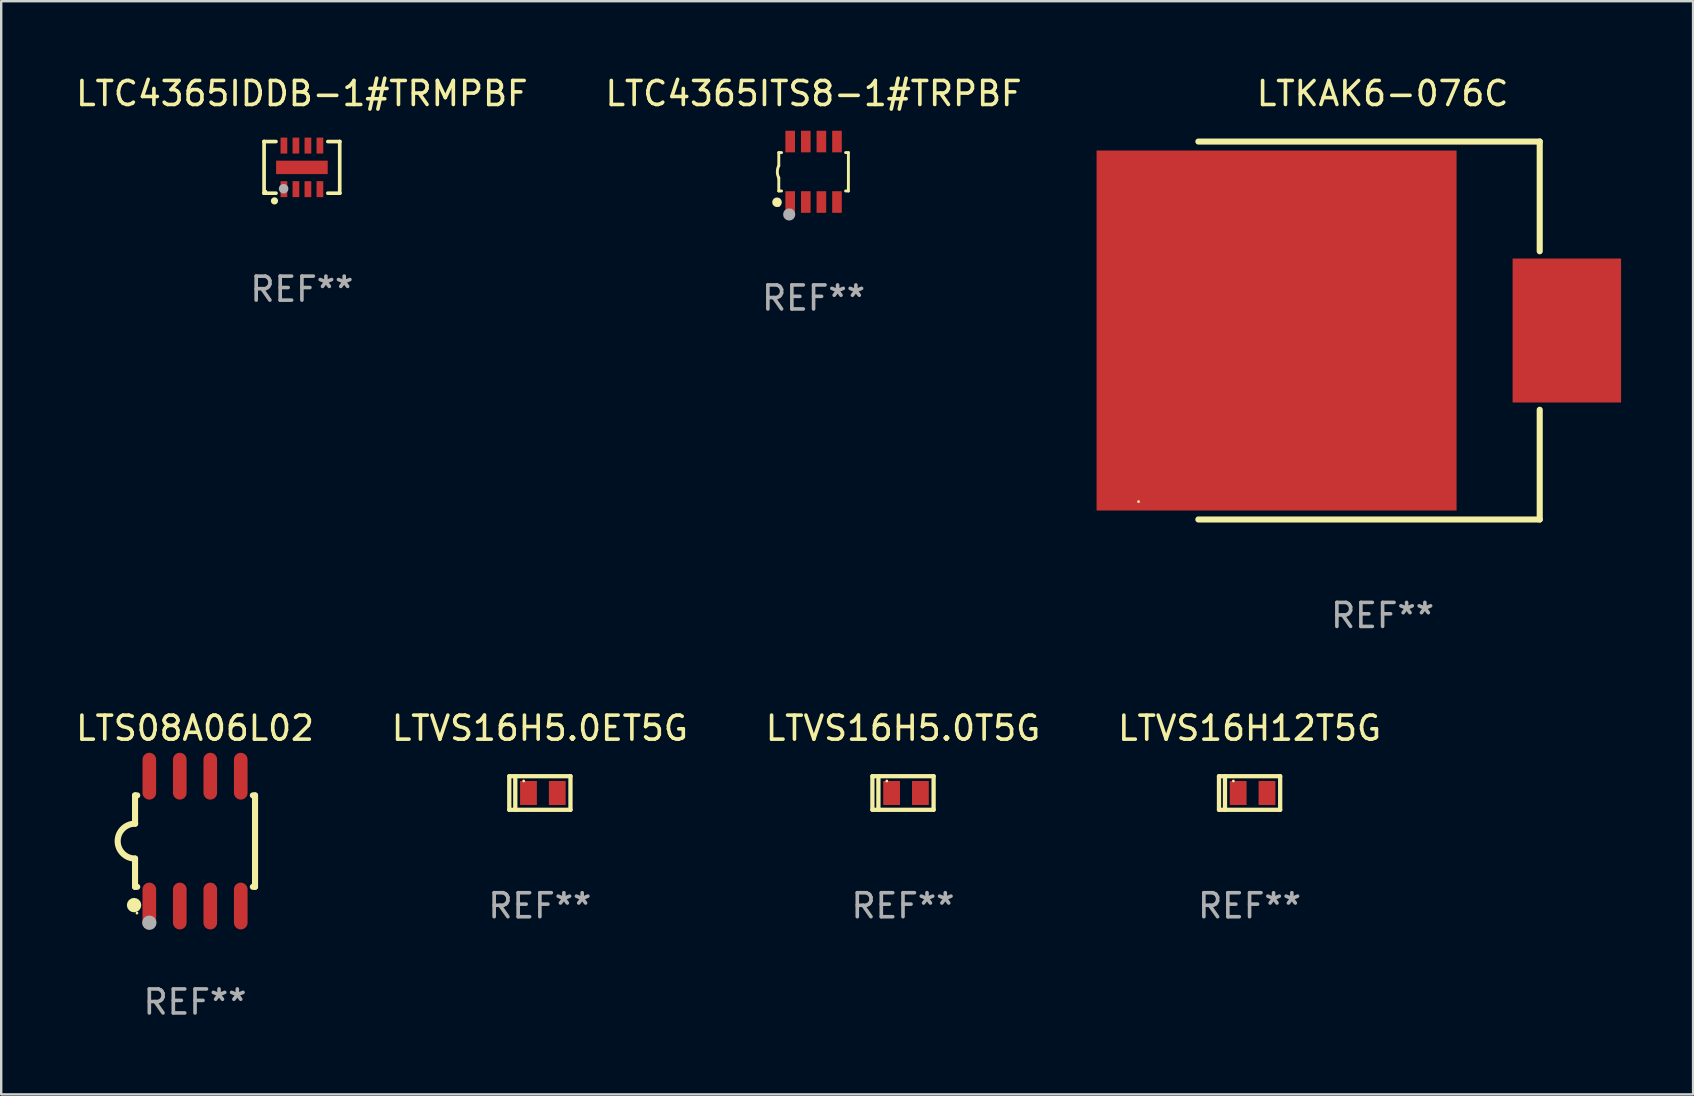
<source format=kicad_pcb>
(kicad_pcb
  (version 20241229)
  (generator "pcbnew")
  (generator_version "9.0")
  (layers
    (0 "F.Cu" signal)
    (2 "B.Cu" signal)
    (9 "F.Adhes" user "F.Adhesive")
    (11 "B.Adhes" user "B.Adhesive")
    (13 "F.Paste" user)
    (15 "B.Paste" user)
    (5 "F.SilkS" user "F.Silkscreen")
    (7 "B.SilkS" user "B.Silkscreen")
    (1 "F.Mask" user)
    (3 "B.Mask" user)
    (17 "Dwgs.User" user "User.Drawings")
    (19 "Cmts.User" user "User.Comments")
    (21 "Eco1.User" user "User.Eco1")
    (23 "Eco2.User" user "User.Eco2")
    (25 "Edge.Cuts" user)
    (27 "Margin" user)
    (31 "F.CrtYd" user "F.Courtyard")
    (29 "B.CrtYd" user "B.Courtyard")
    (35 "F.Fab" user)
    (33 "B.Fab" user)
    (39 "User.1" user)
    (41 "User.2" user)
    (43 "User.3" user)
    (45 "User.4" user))
  (footprint "LTC4365IDDB-1#TRMPBF"
    (layer "F.Cu")
    (at 9.53 3.924)
    (property "Reference" "LTC4365IDDB-1#TRMPBF" (at 0 -3.076 0) (layer "F.SilkS") (effects (font (size 1 1) (thickness 0.15))))
    (attr through_hole)
    (fp_line (start -1.576 -1.076) (end -1.576 -1.076) (stroke (width 0.152) (type solid)) (layer "F.SilkS"))
    (fp_line (start -1.576 -1.076) (end -1.08 -1.076) (stroke (width 0.152) (type solid)) (layer "F.SilkS"))
    (fp_line (start -1.576 1.076) (end -1.576 -1.076) (stroke (width 0.152) (type solid)) (layer "F.SilkS"))
    (fp_line (start -1.576 1.076) (end -1.576 1.076) (stroke (width 0.152) (type solid)) (layer "F.SilkS"))
    (fp_line (start -1.08 1.076) (end -1.576 1.076) (stroke (width 0.152) (type solid)) (layer "F.SilkS"))
    (fp_line (start 1.08 1.076) (end 1.576 1.076) (stroke (width 0.152) (type solid)) (layer "F.SilkS"))
    (fp_line (start 1.576 -1.076) (end 1.08 -1.076) (stroke (width 0.152) (type solid)) (layer "F.SilkS"))
    (fp_line (start 1.576 -1.076) (end 1.576 -1.076) (stroke (width 0.152) (type solid)) (layer "F.SilkS"))
    (fp_line (start 1.576 1.076) (end 1.576 -1.076) (stroke (width 0.152) (type solid)) (layer "F.SilkS"))
    (fp_line (start 1.576 1.076) (end 1.576 1.076) (stroke (width 0.152) (type solid)) (layer "F.SilkS"))
    (fp_circle (center -1.5 1) (end -1.47 1) (stroke (width 0.06) (type solid)) (fill no) (layer "F.SilkS"))
    (fp_circle (center -1.143 1.397) (end -1.068 1.397) (stroke (width 0.15) (type solid)) (fill no) (layer "F.SilkS"))
    (fp_circle (center -0.762 0.889) (end -0.662 0.889) (stroke (width 0.2) (type solid)) (fill no) (layer "F.Fab"))
    (fp_text user "REF**" (at 0 5.076 0) (layer "F.Fab") (effects (font (size 1 1) (thickness 0.15))))
    (pad "1" smd rect (at -0.75 0.908) (size 0.28 0.665) (layers "F.Cu" "F.Mask" "F.Paste"))
    (pad "2" smd rect (at -0.25 0.908) (size 0.28 0.665) (layers "F.Cu" "F.Mask" "F.Paste"))
    (pad "3" smd rect (at 0.25 0.908) (size 0.28 0.665) (layers "F.Cu" "F.Mask" "F.Paste"))
    (pad "4" smd rect (at 0.75 0.908) (size 0.28 0.665) (layers "F.Cu" "F.Mask" "F.Paste"))
    (pad "5" smd rect (at 0.75 -0.908) (size 0.28 0.665) (layers "F.Cu" "F.Mask" "F.Paste"))
    (pad "6" smd rect (at 0.25 -0.908) (size 0.28 0.665) (layers "F.Cu" "F.Mask" "F.Paste"))
    (pad "7" smd rect (at -0.25 -0.908) (size 0.28 0.665) (layers "F.Cu" "F.Mask" "F.Paste"))
    (pad "8" smd rect (at -0.75 -0.908) (size 0.28 0.665) (layers "F.Cu" "F.Mask" "F.Paste"))
    (pad "9" smd rect (at 0 0) (size 2.15 0.56) (layers "F.Cu" "F.Mask" "F.Paste")))
  (footprint "LTC4365ITS8-1#TRPBF"
    (layer "F.Cu")
    (at 30.851 4.108)
    (property "Reference" "LTC4365ITS8-1#TRPBF" (at 0 -3.26 0) (layer "F.SilkS") (effects (font (size 1 1) (thickness 0.15))))
    (attr through_hole)
    (fp_line (start -1.45 -0.8) (end -1.45 -0.254) (stroke (width 0.12) (type solid)) (layer "F.SilkS"))
    (fp_line (start -1.45 -0.8) (end -1.334 -0.8) (stroke (width 0.12) (type solid)) (layer "F.SilkS"))
    (fp_line (start -1.45 0.8) (end -1.45 0.254) (stroke (width 0.12) (type solid)) (layer "F.SilkS"))
    (fp_line (start -1.45 0.8) (end -1.334 0.8) (stroke (width 0.12) (type solid)) (layer "F.SilkS"))
    (fp_line (start 1.334 -0.8) (end 1.45 -0.8) (stroke (width 0.12) (type solid)) (layer "F.SilkS"))
    (fp_line (start 1.334 0.8) (end 1.45 0.8) (stroke (width 0.12) (type solid)) (layer "F.SilkS"))
    (fp_line (start 1.45 0.8) (end 1.45 -0.8) (stroke (width 0.12) (type solid)) (layer "F.SilkS"))
    (fp_arc (start -1.45075 0.255144) (mid -1.510605 0.000434) (end -1.450013 -0.254102) (stroke (width 0.11999) (type solid)) (layer "F.SilkS"))
    (fp_circle (center -1.524 1.27) (end -1.424 1.27) (stroke (width 0.2) (type solid)) (fill no) (layer "F.SilkS"))
    (fp_circle (center -1.45 1.4) (end -1.42 1.4) (stroke (width 0.06) (type solid)) (fill no) (layer "F.SilkS"))
    (fp_circle (center -1.016 1.778) (end -0.889 1.778) (stroke (width 0.254) (type solid)) (fill no) (layer "F.Fab"))
    (fp_text user "REF**" (at 0 5.26 0) (layer "F.Fab") (effects (font (size 1 1) (thickness 0.15))))
    (pad "1" smd rect (at -0.975 1.26) (size 0.4 0.9) (layers "F.Cu" "F.Mask" "F.Paste"))
    (pad "2" smd rect (at -0.325 1.26) (size 0.4 0.9) (layers "F.Cu" "F.Mask" "F.Paste"))
    (pad "3" smd rect (at 0.325 1.26) (size 0.4 0.9) (layers "F.Cu" "F.Mask" "F.Paste"))
    (pad "4" smd rect (at 0.975 1.26) (size 0.4 0.9) (layers "F.Cu" "F.Mask" "F.Paste"))
    (pad "5" smd rect (at 0.975 -1.26) (size 0.4 0.9) (layers "F.Cu" "F.Mask" "F.Paste"))
    (pad "6" smd rect (at 0.325 -1.26) (size 0.4 0.9) (layers "F.Cu" "F.Mask" "F.Paste"))
    (pad "7" smd rect (at -0.325 -1.26) (size 0.4 0.9) (layers "F.Cu" "F.Mask" "F.Paste"))
    (pad "8" smd rect (at -0.975 -1.26) (size 0.4 0.9) (layers "F.Cu" "F.Mask" "F.Paste")))
  (footprint "LTVS16H5.0T5G"
    (layer "F.Cu")
    (at 34.577 29.993)
    (property "Reference" "LTVS16H5.0T5G" (at 0 -2.7 0) (layer "F.SilkS") (effects (font (size 1 1) (thickness 0.15))))
    (attr through_hole)
    (fp_line (start -1.275 -0.7) (end -1.275 0.7) (stroke (width 0.178) (type solid)) (layer "F.SilkS"))
    (fp_line (start -1.275 -0.7) (end 1.275 -0.7) (stroke (width 0.178) (type solid)) (layer "F.SilkS"))
    (fp_line (start -1.275 0.7) (end 1.275 0.7) (stroke (width 0.178) (type solid)) (layer "F.SilkS"))
    (fp_line (start -1.025 -0.7) (end -1.025 0.7) (stroke (width 0.178) (type solid)) (layer "F.SilkS"))
    (fp_line (start 1.275 -0.7) (end 1.275 0.7) (stroke (width 0.178) (type solid)) (layer "F.SilkS"))
    (fp_circle (center -0.675 -0.5) (end -0.645 -0.5) (stroke (width 0.06) (type solid)) (fill no) (layer "F.SilkS"))
    (fp_text user "REF**" (at 0 4.7 0) (layer "F.Fab") (effects (font (size 1 1) (thickness 0.15))))
    (pad "1" smd rect (at -0.475 0 90) (size 1 0.7) (layers "F.Cu" "F.Mask" "F.Paste"))
    (pad "2" smd rect (at 0.725 0 90) (size 1 0.7) (layers "F.Cu" "F.Mask" "F.Paste")))
  (footprint "LTKAK6-076C"
    (layer "F.Cu")
    (at 54.561 10.722)
    (property "Reference" "LTKAK6-076C" (at 0 -9.874 0) (layer "F.SilkS") (effects (font (size 1 1) (thickness 0.15))))
    (attr through_hole)
    (fp_line (start -7.677 -7.874) (end 6.547 -7.874) (stroke (width 0.254) (type solid)) (layer "F.SilkS"))
    (fp_line (start -7.677 7.874) (end 6.547 7.874) (stroke (width 0.254) (type solid)) (layer "F.SilkS"))
    (fp_line (start 6.547 -7.874) (end 6.547 -3.302) (stroke (width 0.254) (type solid)) (layer "F.SilkS"))
    (fp_line (start 6.547 7.874) (end 6.547 3.302) (stroke (width 0.254) (type solid)) (layer "F.SilkS"))
    (fp_circle (center -10.169 7.13) (end -10.139 7.13) (stroke (width 0.06) (type solid)) (fill no) (layer "F.SilkS"))
    (fp_text user "REF**" (at 0 11.874 0) (layer "F.Fab") (effects (font (size 1 1) (thickness 0.15))))
    (pad "1" smd rect (at -4.418 0) (size 15 15) (layers "F.Cu" "F.Mask" "F.Paste"))
    (pad "2" smd rect (at 7.677 0) (size 4.52 6) (layers "F.Cu" "F.Mask" "F.Paste")))
  (footprint "LTVS16H5.0ET5G"
    (layer "F.Cu")
    (at 19.446 29.993)
    (property "Reference" "LTVS16H5.0ET5G" (at 0 -2.7 0) (layer "F.SilkS") (effects (font (size 1 1) (thickness 0.15))))
    (attr through_hole)
    (fp_line (start -1.275 -0.7) (end -1.275 0.7) (stroke (width 0.178) (type solid)) (layer "F.SilkS"))
    (fp_line (start -1.275 -0.7) (end 1.275 -0.7) (stroke (width 0.178) (type solid)) (layer "F.SilkS"))
    (fp_line (start -1.275 0.7) (end 1.275 0.7) (stroke (width 0.178) (type solid)) (layer "F.SilkS"))
    (fp_line (start -1.025 -0.7) (end -1.025 0.7) (stroke (width 0.178) (type solid)) (layer "F.SilkS"))
    (fp_line (start 1.275 -0.7) (end 1.275 0.7) (stroke (width 0.178) (type solid)) (layer "F.SilkS"))
    (fp_circle (center -0.675 -0.5) (end -0.645 -0.5) (stroke (width 0.06) (type solid)) (fill no) (layer "F.SilkS"))
    (fp_text user "REF**" (at 0 4.7 0) (layer "F.Fab") (effects (font (size 1 1) (thickness 0.15))))
    (pad "1" smd rect (at -0.475 0 90) (size 1 0.7) (layers "F.Cu" "F.Mask" "F.Paste"))
    (pad "2" smd rect (at 0.725 0 90) (size 1 0.7) (layers "F.Cu" "F.Mask" "F.Paste")))
  (footprint "LTS08A06L02"
    (layer "F.Cu")
    (at 5.077 31.998)
    (property "Reference" "LTS08A06L02" (at 0 -4.705 0) (layer "F.SilkS") (effects (font (size 1 1) (thickness 0.15))))
    (attr through_hole)
    (fp_line (start -2.5 -1.905) (end -2.409 -1.905) (stroke (width 0.254) (type solid)) (layer "F.SilkS"))
    (fp_line (start -2.5 -1.5) (end -2.5 -1.905) (stroke (width 0.254) (type solid)) (layer "F.SilkS"))
    (fp_line (start -2.5 -1.5) (end -2.5 -0.726) (stroke (width 0.254) (type solid)) (layer "F.SilkS"))
    (fp_line (start -2.5 1.5) (end -2.5 0.727) (stroke (width 0.254) (type solid)) (layer "F.SilkS"))
    (fp_line (start -2.5 1.5) (end -2.5 1.905) (stroke (width 0.254) (type solid)) (layer "F.SilkS"))
    (fp_line (start -2.5 1.905) (end -2.409 1.905) (stroke (width 0.254) (type solid)) (layer "F.SilkS"))
    (fp_line (start 2.5 -1.905) (end 2.409 -1.905) (stroke (width 0.254) (type solid)) (layer "F.SilkS"))
    (fp_line (start 2.5 -1.5) (end 2.5 -1.905) (stroke (width 0.254) (type solid)) (layer "F.SilkS"))
    (fp_line (start 2.5 -1.5) (end 2.5 1.5) (stroke (width 0.254) (type solid)) (layer "F.SilkS"))
    (fp_line (start 2.5 1.5) (end 2.5 1.905) (stroke (width 0.254) (type solid)) (layer "F.SilkS"))
    (fp_line (start 2.5 1.905) (end 2.409 1.905) (stroke (width 0.254) (type solid)) (layer "F.SilkS"))
    (fp_arc (start -2.5 0.726568) (mid -3.220316 -0.0023) (end -2.495097 -0.726289) (stroke (width 0.254001) (type solid)) (layer "F.SilkS"))
    (fp_circle (center -2.54 2.667) (end -2.39 2.667) (stroke (width 0.3) (type solid)) (fill no) (layer "F.SilkS"))
    (fp_circle (center -2.42 3) (end -2.39 3) (stroke (width 0.06) (type solid)) (fill no) (layer "F.SilkS"))
    (fp_circle (center -1.905 3.4) (end -1.755 3.4) (stroke (width 0.3) (type solid)) (fill no) (layer "F.Fab"))
    (fp_text user "REF**" (at 0 6.705 0) (layer "F.Fab") (effects (font (size 1 1) (thickness 0.15))))
    (pad "1" smd oval (at -1.905 2.705) (size 0.568 1.95) (layers "F.Cu" "F.Mask" "F.Paste"))
    (pad "2" smd oval (at -0.635 2.705) (size 0.568 1.95) (layers "F.Cu" "F.Mask" "F.Paste"))
    (pad "3" smd oval (at 0.635 2.705) (size 0.568 1.95) (layers "F.Cu" "F.Mask" "F.Paste"))
    (pad "4" smd oval (at 1.905 2.705) (size 0.568 1.95) (layers "F.Cu" "F.Mask" "F.Paste"))
    (pad "5" smd oval (at 1.905 -2.705) (size 0.568 1.95) (layers "F.Cu" "F.Mask" "F.Paste"))
    (pad "6" smd oval (at 0.635 -2.705) (size 0.568 1.95) (layers "F.Cu" "F.Mask" "F.Paste"))
    (pad "7" smd oval (at -0.635 -2.705) (size 0.568 1.95) (layers "F.Cu" "F.Mask" "F.Paste"))
    (pad "8" smd oval (at -1.905 -2.705) (size 0.568 1.95) (layers "F.Cu" "F.Mask" "F.Paste")))
  (footprint "LTVS16H12T5G"
    (layer "F.Cu")
    (at 49.018 29.993)
    (property "Reference" "LTVS16H12T5G" (at 0 -2.7 0) (layer "F.SilkS") (effects (font (size 1 1) (thickness 0.15))))
    (attr through_hole)
    (fp_line (start -1.275 -0.7) (end -1.275 0.7) (stroke (width 0.178) (type solid)) (layer "F.SilkS"))
    (fp_line (start -1.275 -0.7) (end 1.275 -0.7) (stroke (width 0.178) (type solid)) (layer "F.SilkS"))
    (fp_line (start -1.275 0.7) (end 1.275 0.7) (stroke (width 0.178) (type solid)) (layer "F.SilkS"))
    (fp_line (start -1.025 -0.7) (end -1.025 0.7) (stroke (width 0.178) (type solid)) (layer "F.SilkS"))
    (fp_line (start 1.275 -0.7) (end 1.275 0.7) (stroke (width 0.178) (type solid)) (layer "F.SilkS"))
    (fp_circle (center -0.675 -0.5) (end -0.645 -0.5) (stroke (width 0.06) (type solid)) (fill no) (layer "F.SilkS"))
    (fp_text user "REF**" (at 0 4.7 0) (layer "F.Fab") (effects (font (size 1 1) (thickness 0.15))))
    (pad "1" smd rect (at -0.475 0 90) (size 1 0.7) (layers "F.Cu" "F.Mask" "F.Paste"))
    (pad "2" smd rect (at 0.725 0 90) (size 1 0.7) (layers "F.Cu" "F.Mask" "F.Paste")))
  (gr_rect
    (start -3 -3)
    (end 67.498 42.551)
    (stroke (width 0.1) (type default))
    (fill no)
    (layer "Edge.Cuts")))
</source>
